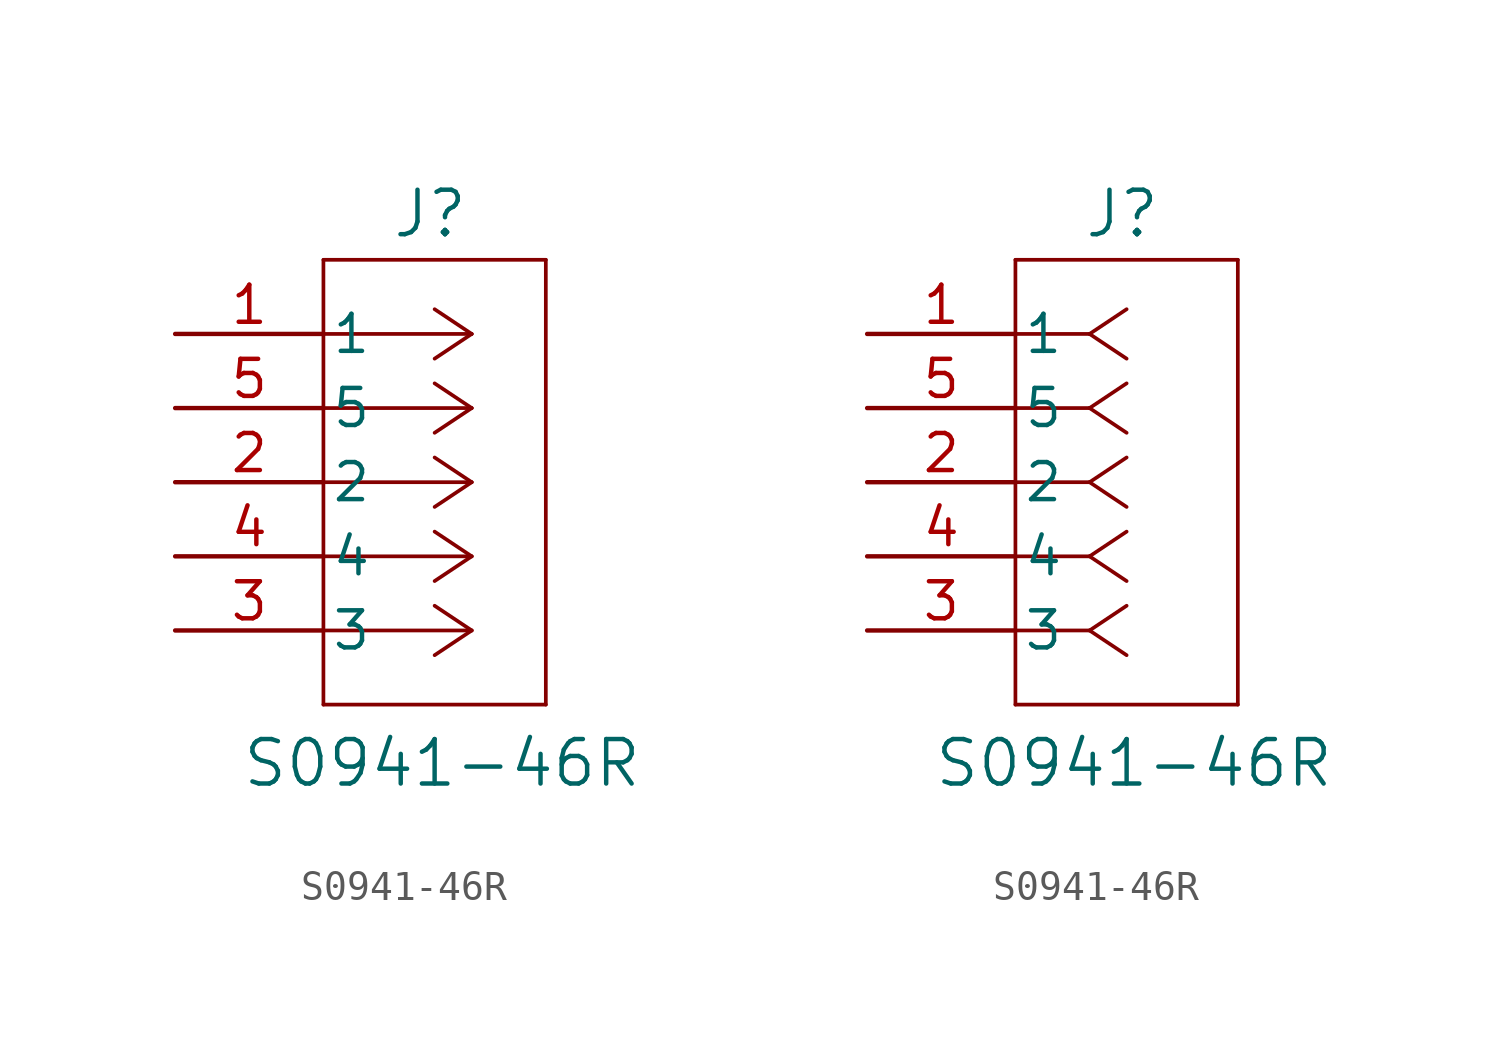
<source format=kicad_sym>
(kicad_symbol_lib
  (version 20220914)
  (generator kicad_symbol_editor)
  (symbol "S0941-46R"
    (pin_names
      (offset 0.254))
    (property "Reference" "J"
      (at 8.738 4.115 0)
      (effects (font (size 1.524 1.524))))
    (property "Value" "S0941-46R"
      (at 9.144 -14.707 0)
      (effects (font (size 1.524 1.524))))
    (symbol "S0941-46R_1_1"
      (polyline (pts (xy 5.08 -12.7) (xy 12.7 -12.7)) (stroke (width 0.127) (type default)) (fill (type none)))
      (polyline (pts (xy 5.08 2.54) (xy 5.08 -12.7)) (stroke (width 0.127) (type default)) (fill (type none)))
      (polyline (pts (xy 10.16 -10.16) (xy 5.08 -10.16)) (stroke (width 0.127) (type default)) (fill (type none)))
      (polyline (pts (xy 10.16 -10.16) (xy 8.89 -11.007)) (stroke (width 0.127) (type default)) (fill (type none)))
      (polyline (pts (xy 10.16 -10.16) (xy 8.89 -9.313)) (stroke (width 0.127) (type default)) (fill (type none)))
      (polyline (pts (xy 10.16 -7.62) (xy 5.08 -7.62)) (stroke (width 0.127) (type default)) (fill (type none)))
      (polyline (pts (xy 10.16 -7.62) (xy 8.89 -8.467)) (stroke (width 0.127) (type default)) (fill (type none)))
      (polyline (pts (xy 10.16 -7.62) (xy 8.89 -6.773)) (stroke (width 0.127) (type default)) (fill (type none)))
      (polyline (pts (xy 10.16 -5.08) (xy 5.08 -5.08)) (stroke (width 0.127) (type default)) (fill (type none)))
      (polyline (pts (xy 10.16 -5.08) (xy 8.89 -5.927)) (stroke (width 0.127) (type default)) (fill (type none)))
      (polyline (pts (xy 10.16 -5.08) (xy 8.89 -4.233)) (stroke (width 0.127) (type default)) (fill (type none)))
      (polyline (pts (xy 10.16 -2.54) (xy 5.08 -2.54)) (stroke (width 0.127) (type default)) (fill (type none)))
      (polyline (pts (xy 10.16 -2.54) (xy 8.89 -3.387)) (stroke (width 0.127) (type default)) (fill (type none)))
      (polyline (pts (xy 10.16 -2.54) (xy 8.89 -1.693)) (stroke (width 0.127) (type default)) (fill (type none)))
      (polyline (pts (xy 10.16 0) (xy 5.08 0)) (stroke (width 0.127) (type default)) (fill (type none)))
      (polyline (pts (xy 10.16 0) (xy 8.89 -0.847)) (stroke (width 0.127) (type default)) (fill (type none)))
      (polyline (pts (xy 10.16 0) (xy 8.89 0.847)) (stroke (width 0.127) (type default)) (fill (type none)))
      (polyline (pts (xy 12.7 -12.7) (xy 12.7 2.54)) (stroke (width 0.127) (type default)) (fill (type none)))
      (polyline (pts (xy 12.7 2.54) (xy 5.08 2.54)) (stroke (width 0.127) (type default)) (fill (type none)))
      (pin power_in line (at 0 0 0) (length 5.08) (name "1" (effects (font (size 1.27 1.27)))) (number "1" (effects (font (size 1.27 1.27)))))
      (pin power_in line (at 0 -5.08 0) (length 5.08) (name "2" (effects (font (size 1.27 1.27)))) (number "2" (effects (font (size 1.27 1.27)))))
      (pin power_in line (at 0 -10.16 0) (length 5.08) (name "3" (effects (font (size 1.27 1.27)))) (number "3" (effects (font (size 1.27 1.27)))))
      (pin power_in line (at 0 -7.62 0) (length 5.08) (name "4" (effects (font (size 1.27 1.27)))) (number "4" (effects (font (size 1.27 1.27)))))
      (pin power_in line (at 0 -2.54 0) (length 5.08) (name "5" (effects (font (size 1.27 1.27)))) (number "5" (effects (font (size 1.27 1.27))))))
    (symbol "S0941-46R_1_2"
      (polyline (pts (xy 5.08 -12.7) (xy 12.7 -12.7)) (stroke (width 0.127) (type default)) (fill (type none)))
      (polyline (pts (xy 5.08 2.54) (xy 5.08 -12.7)) (stroke (width 0.127) (type default)) (fill (type none)))
      (polyline (pts (xy 7.62 -10.16) (xy 5.08 -10.16)) (stroke (width 0.127) (type default)) (fill (type none)))
      (polyline (pts (xy 7.62 -10.16) (xy 8.89 -11.007)) (stroke (width 0.127) (type default)) (fill (type none)))
      (polyline (pts (xy 7.62 -10.16) (xy 8.89 -9.313)) (stroke (width 0.127) (type default)) (fill (type none)))
      (polyline (pts (xy 7.62 -7.62) (xy 5.08 -7.62)) (stroke (width 0.127) (type default)) (fill (type none)))
      (polyline (pts (xy 7.62 -7.62) (xy 8.89 -8.467)) (stroke (width 0.127) (type default)) (fill (type none)))
      (polyline (pts (xy 7.62 -7.62) (xy 8.89 -6.773)) (stroke (width 0.127) (type default)) (fill (type none)))
      (polyline (pts (xy 7.62 -5.08) (xy 5.08 -5.08)) (stroke (width 0.127) (type default)) (fill (type none)))
      (polyline (pts (xy 7.62 -5.08) (xy 8.89 -5.927)) (stroke (width 0.127) (type default)) (fill (type none)))
      (polyline (pts (xy 7.62 -5.08) (xy 8.89 -4.233)) (stroke (width 0.127) (type default)) (fill (type none)))
      (polyline (pts (xy 7.62 -2.54) (xy 5.08 -2.54)) (stroke (width 0.127) (type default)) (fill (type none)))
      (polyline (pts (xy 7.62 -2.54) (xy 8.89 -3.387)) (stroke (width 0.127) (type default)) (fill (type none)))
      (polyline (pts (xy 7.62 -2.54) (xy 8.89 -1.693)) (stroke (width 0.127) (type default)) (fill (type none)))
      (polyline (pts (xy 7.62 0) (xy 5.08 0)) (stroke (width 0.127) (type default)) (fill (type none)))
      (polyline (pts (xy 7.62 0) (xy 8.89 -0.847)) (stroke (width 0.127) (type default)) (fill (type none)))
      (polyline (pts (xy 7.62 0) (xy 8.89 0.847)) (stroke (width 0.127) (type default)) (fill (type none)))
      (polyline (pts (xy 12.7 -12.7) (xy 12.7 2.54)) (stroke (width 0.127) (type default)) (fill (type none)))
      (polyline (pts (xy 12.7 2.54) (xy 5.08 2.54)) (stroke (width 0.127) (type default)) (fill (type none)))
      (pin unspecified line (at 0 0 0) (length 5.08) (name "1" (effects (font (size 1.27 1.27)))) (number "1" (effects (font (size 1.27 1.27)))))
      (pin unspecified line (at 0 -5.08 0) (length 5.08) (name "2" (effects (font (size 1.27 1.27)))) (number "2" (effects (font (size 1.27 1.27)))))
      (pin unspecified line (at 0 -10.16 0) (length 5.08) (name "3" (effects (font (size 1.27 1.27)))) (number "3" (effects (font (size 1.27 1.27)))))
      (pin unspecified line (at 0 -7.62 0) (length 5.08) (name "4" (effects (font (size 1.27 1.27)))) (number "4" (effects (font (size 1.27 1.27)))))
      (pin unspecified line (at 0 -2.54 0) (length 5.08) (name "5" (effects (font (size 1.27 1.27)))) (number "5" (effects (font (size 1.27 1.27))))))))
</source>
